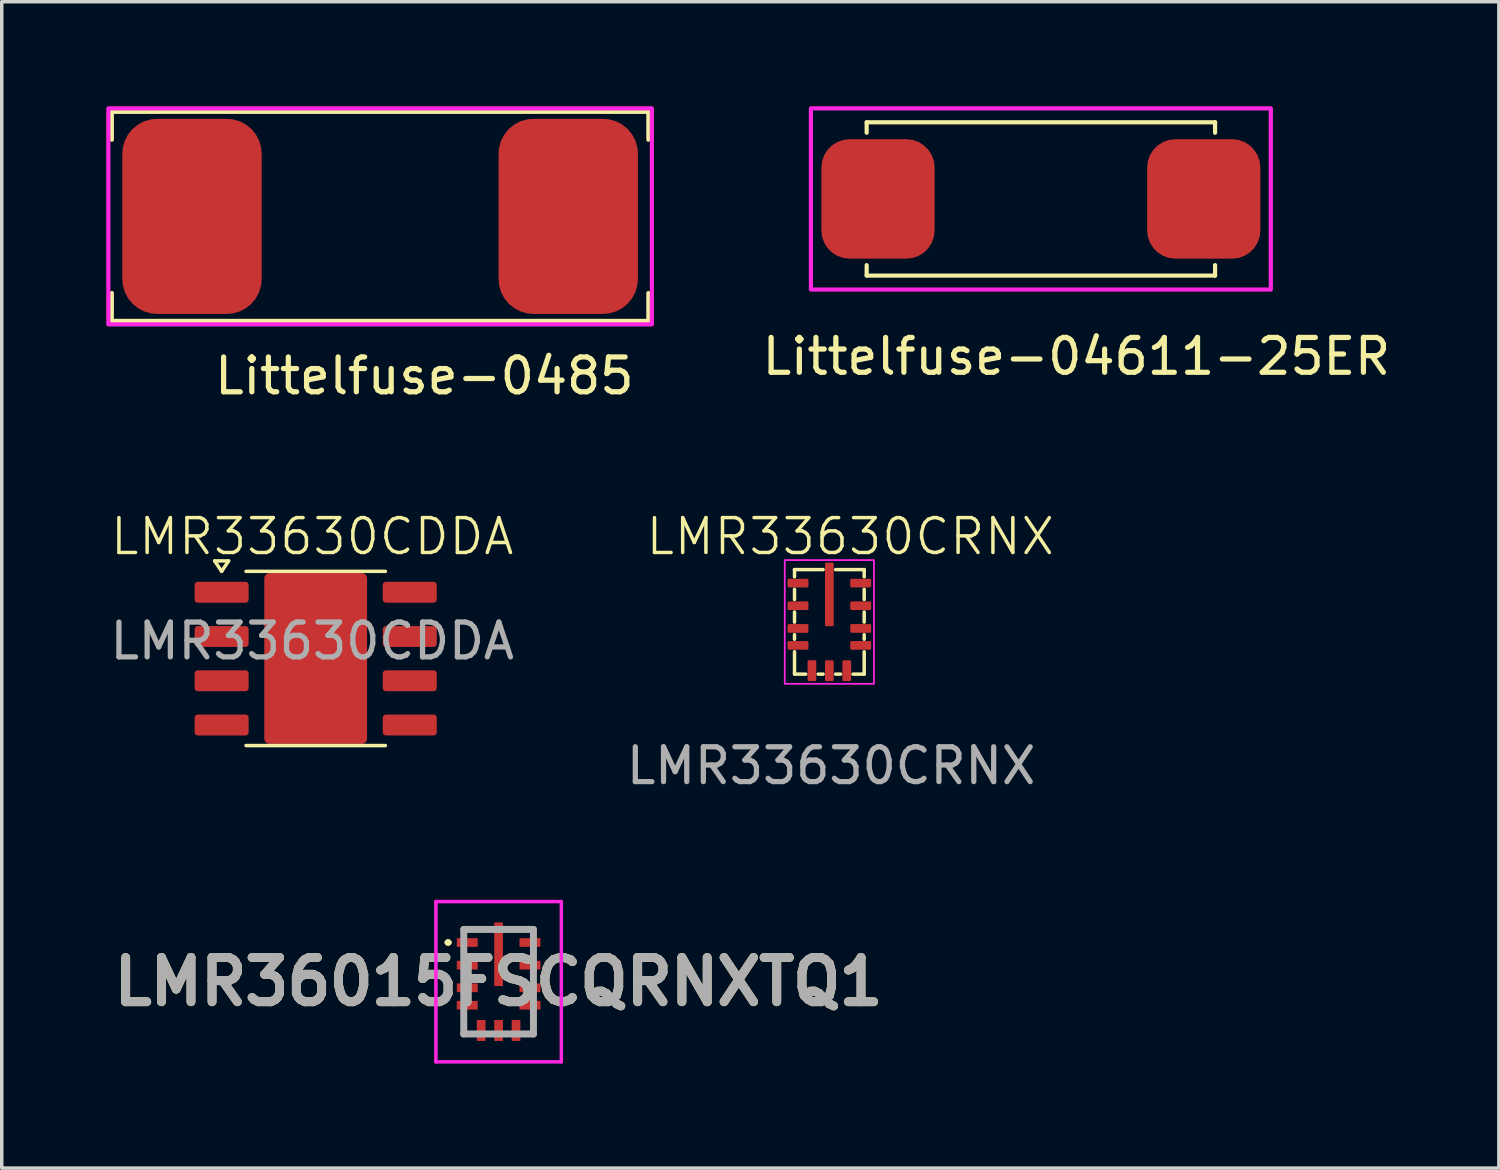
<source format=kicad_pcb>
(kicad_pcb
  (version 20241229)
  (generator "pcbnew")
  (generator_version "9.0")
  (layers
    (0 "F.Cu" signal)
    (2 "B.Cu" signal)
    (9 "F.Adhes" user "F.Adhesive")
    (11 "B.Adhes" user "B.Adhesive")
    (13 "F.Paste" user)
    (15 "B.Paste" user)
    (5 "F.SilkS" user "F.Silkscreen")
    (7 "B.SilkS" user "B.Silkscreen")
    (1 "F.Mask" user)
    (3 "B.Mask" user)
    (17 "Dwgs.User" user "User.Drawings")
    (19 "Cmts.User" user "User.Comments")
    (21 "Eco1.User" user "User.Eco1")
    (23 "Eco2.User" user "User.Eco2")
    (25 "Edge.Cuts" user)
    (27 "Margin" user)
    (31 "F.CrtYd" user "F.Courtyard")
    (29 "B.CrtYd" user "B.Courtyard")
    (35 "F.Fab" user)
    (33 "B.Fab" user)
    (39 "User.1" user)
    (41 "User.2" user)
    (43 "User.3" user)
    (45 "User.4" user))
  (footprint "LMR33630CRNX"
    (layer "F.Cu")
    (at 20.754 14.599)
    (property "Reference" "LMR33630CRNX" (at 0.6 -2.25 0) (unlocked yes) (layer "F.SilkS") (effects (font (size 1 1) (thickness 0.1))))
    (attr smd)
    (fp_line (start -1 -1.3) (end -1 -1.093) (stroke (width 0.1) (type default)) (layer "F.SilkS"))
    (fp_line (start -1 -1.3) (end -0.18 -1.3) (stroke (width 0.1) (type default)) (layer "F.SilkS"))
    (fp_line (start -1 -0.733) (end -1 -0.443) (stroke (width 0.1) (type default)) (layer "F.SilkS"))
    (fp_line (start -1 -0.083) (end -1 0.207) (stroke (width 0.1) (type default)) (layer "F.SilkS"))
    (fp_line (start -1 0.568) (end -1 0.698) (stroke (width 0.1) (type default)) (layer "F.SilkS"))
    (fp_line (start -1 1.058) (end -1 1.688) (stroke (width 0.1) (type default)) (layer "F.SilkS"))
    (fp_line (start -0.68 1.7) (end -1 1.7) (stroke (width 0.1) (type default)) (layer "F.SilkS"))
    (fp_line (start -0.18 1.7) (end -0.32 1.7) (stroke (width 0.1) (type default)) (layer "F.SilkS"))
    (fp_line (start 0.32 1.7) (end 0.18 1.7) (stroke (width 0.1) (type default)) (layer "F.SilkS"))
    (fp_line (start 1 -1.3) (end 0.18 -1.3) (stroke (width 0.1) (type default)) (layer "F.SilkS"))
    (fp_line (start 1 -1.3) (end 1 -1.093) (stroke (width 0.1) (type default)) (layer "F.SilkS"))
    (fp_line (start 1 -0.733) (end 1 -0.443) (stroke (width 0.1) (type default)) (layer "F.SilkS"))
    (fp_line (start 1 -0.083) (end 1 0.207) (stroke (width 0.1) (type default)) (layer "F.SilkS"))
    (fp_line (start 1 0.568) (end 1 0.698) (stroke (width 0.1) (type default)) (layer "F.SilkS"))
    (fp_line (start 1 1.058) (end 1 1.7) (stroke (width 0.1) (type default)) (layer "F.SilkS"))
    (fp_line (start 1 1.7) (end 0.68 1.7) (stroke (width 0.1) (type default)) (layer "F.SilkS"))
    (fp_rect (start -1.28 -1.573) (end 1.28 1.978) (stroke (width 0.05) (type solid)) (fill no) (layer "F.CrtYd"))
    (fp_text user "${REFERENCE}" (at 0.05 4.33 0) (unlocked yes) (layer "F.Fab") (effects (font (size 1 1) (thickness 0.15))))
    (pad "1" smd roundrect (at -0.9 -0.912) (size 0.6 0.25) (layers "F.Cu" "F.Mask" "F.Paste") (roundrect_rratio 0.15))
    (pad "2" smd roundrect (at -0.9 -0.263) (size 0.6 0.25) (layers "F.Cu" "F.Mask" "F.Paste") (roundrect_rratio 0.15))
    (pad "3" smd roundrect (at -0.9 0.388) (size 0.6 0.25) (layers "F.Cu" "F.Mask" "F.Paste") (roundrect_rratio 0.15))
    (pad "4" smd roundrect (at -0.9 0.875) (size 0.6 0.25) (layers "F.Cu" "F.Mask" "F.Paste") (roundrect_rratio 0.15))
    (pad "5" smd roundrect (at -0.5 1.601 90) (size 0.6 0.25) (layers "F.Cu" "F.Mask" "F.Paste") (roundrect_rratio 0.15))
    (pad "6" smd roundrect (at 0 1.601 90) (size 0.6 0.25) (layers "F.Cu" "F.Mask" "F.Paste") (roundrect_rratio 0.15))
    (pad "7" smd roundrect (at 0.5 1.601 90) (size 0.6 0.25) (layers "F.Cu" "F.Mask" "F.Paste") (roundrect_rratio 0.15))
    (pad "8" smd roundrect (at 0.9 0.875) (size 0.6 0.25) (layers "F.Cu" "F.Mask" "F.Paste") (roundrect_rratio 0.15))
    (pad "9" smd roundrect (at 0.9 0.388) (size 0.6 0.25) (layers "F.Cu" "F.Mask" "F.Paste") (roundrect_rratio 0.15))
    (pad "10" smd roundrect (at 0.9 -0.263) (size 0.6 0.25) (layers "F.Cu" "F.Mask" "F.Paste") (roundrect_rratio 0.15))
    (pad "11" smd roundrect (at 0.9 -0.912) (size 0.6 0.25) (layers "F.Cu" "F.Mask" "F.Paste") (roundrect_rratio 0.15))
    (pad "12" smd roundrect (at 0 -0.588) (size 0.25 1.825) (layers "F.Cu" "F.Mask" "F.Paste") (roundrect_rratio 0.15)))
  (footprint "LMR33630CDDA"
    (layer "F.Cu")
    (at 5.911 12.849)
    (property "Reference" "LMR33630CDDA" (at 0 -0.5 0) (unlocked yes) (layer "F.SilkS") (effects (font (size 1 1) (thickness 0.1))))
    (attr smd)
    (fp_rect (start -1.255 1.3) (end 1.455 4.7) (stroke (width 0.1) (type solid)) (fill yes) (layer "F.Mask"))
    (fp_line (start -2.8 0.2) (end -2.4 0.2) (stroke (width 0.1) (type default)) (layer "F.SilkS"))
    (fp_line (start -2.6 0.5) (end -2.8 0.2) (stroke (width 0.1) (type default)) (layer "F.SilkS"))
    (fp_line (start -2.4 0.2) (end -2.6 0.5) (stroke (width 0.1) (type default)) (layer "F.SilkS"))
    (fp_line (start -1.9 0.5) (end 2.1 0.5) (stroke (width 0.1) (type default)) (layer "F.SilkS"))
    (fp_line (start -1.9 5.5) (end 2.1 5.5) (stroke (width 0.1) (type default)) (layer "F.SilkS"))
    (fp_text user "${REFERENCE}" (at 0 2.5 0) (unlocked yes) (layer "F.Fab") (effects (font (size 1 1) (thickness 0.15))))
    (pad "" smd roundrect (at 0.1 3) (size 2.71 3.4) (layers "F.Cu" "F.Mask" "F.Paste") (roundrect_rratio 0.05))
    (pad "1" smd roundrect (at -2.6 1.1) (size 1.55 0.6) (layers "F.Cu" "F.Mask" "F.Paste") (roundrect_rratio 0.15))
    (pad "2" smd roundrect (at -2.6 2.37) (size 1.55 0.6) (layers "F.Cu" "F.Mask" "F.Paste") (roundrect_rratio 0.15))
    (pad "3" smd roundrect (at -2.6 3.64) (size 1.55 0.6) (layers "F.Cu" "F.Mask" "F.Paste") (roundrect_rratio 0.15))
    (pad "4" smd roundrect (at -2.6 4.91) (size 1.55 0.6) (layers "F.Cu" "F.Mask" "F.Paste") (roundrect_rratio 0.15))
    (pad "5" smd roundrect (at 2.8 4.91) (size 1.55 0.6) (layers "F.Cu" "F.Mask" "F.Paste") (roundrect_rratio 0.15))
    (pad "6" smd roundrect (at 2.8 3.64) (size 1.55 0.6) (layers "F.Cu" "F.Mask" "F.Paste") (roundrect_rratio 0.15))
    (pad "7" smd roundrect (at 2.8 2.37) (size 1.55 0.6) (layers "F.Cu" "F.Mask" "F.Paste") (roundrect_rratio 0.15))
    (pad "8" smd roundrect (at 2.8 1.1) (size 1.55 0.6) (layers "F.Cu" "F.Mask" "F.Paste") (roundrect_rratio 0.15))
    (pad "TP" smd roundrect (at 0.1 3) (size 2.95 4.9) (layers "F.Cu") (roundrect_rratio 0.05)))
  (footprint "Littelfuse-04611-25ER"
    (layer "F.Cu")
    (at 26.575 2.6)
    (property "Reference" "Littelfuse-04611-25ER" (at 1.27 4.58 0) (unlocked yes) (layer "F.SilkS") (effects (font (size 1 1) (thickness 0.15))))
    (attr smd)
    (fp_line (start -4.75 -2.14) (end 5.25 -2.14) (stroke (width 0.12) (type solid)) (layer "F.SilkS"))
    (fp_line (start -4.75 -1.84) (end -4.75 -2.14) (stroke (width 0.12) (type solid)) (layer "F.SilkS"))
    (fp_line (start -4.75 2.26) (end -4.75 1.96) (stroke (width 0.12) (type solid)) (layer "F.SilkS"))
    (fp_line (start 5.25 -2.14) (end 5.25 -1.84) (stroke (width 0.12) (type solid)) (layer "F.SilkS"))
    (fp_line (start 5.25 1.96) (end 5.25 2.26) (stroke (width 0.12) (type solid)) (layer "F.SilkS"))
    (fp_line (start 5.25 2.26) (end -4.75 2.26) (stroke (width 0.12) (type solid)) (layer "F.SilkS"))
    (fp_rect (start -6.35 -2.54) (end 6.85 2.66) (stroke (width 0.12) (type solid)) (fill no) (layer "F.CrtYd"))
    (pad "1" smd roundrect (at -4.425 0.06) (size 3.25 3.43) (layers "F.Cu" "F.Mask" "F.Paste") (roundrect_rratio 0.25))
    (pad "2" smd roundrect (at 4.925 0.06) (size 3.25 3.43) (layers "F.Cu" "F.Mask" "F.Paste") (roundrect_rratio 0.25)))
  (footprint "Littelfuse-0485"
    (layer "F.Cu")
    (at 7.86 3.16)
    (property "Reference" "Littelfuse-0485" (at 1.27 4.58 0) (unlocked yes) (layer "F.SilkS") (effects (font (size 1 1) (thickness 0.15))))
    (attr smd)
    (fp_line (start -7.7 -3) (end 7.7 -3) (stroke (width 0.12) (type solid)) (layer "F.SilkS"))
    (fp_line (start -7.7 -2.2) (end -7.7 -3) (stroke (width 0.12) (type solid)) (layer "F.SilkS"))
    (fp_line (start -7.7 2.2) (end -7.7 3) (stroke (width 0.12) (type solid)) (layer "F.SilkS"))
    (fp_line (start 7.7 -2.2) (end 7.7 -3) (stroke (width 0.12) (type solid)) (layer "F.SilkS"))
    (fp_line (start 7.7 2.2) (end 7.7 3) (stroke (width 0.12) (type solid)) (layer "F.SilkS"))
    (fp_line (start 7.7 3) (end -7.7 3) (stroke (width 0.12) (type solid)) (layer "F.SilkS"))
    (fp_rect (start -7.8 -3.1) (end 7.8 3.1) (stroke (width 0.12) (type solid)) (fill no) (layer "F.CrtYd"))
    (pad "1" smd roundrect (at -5.4 0) (size 4 5.6) (layers "F.Cu" "F.Mask" "F.Paste") (roundrect_rratio 0.25))
    (pad "2" smd roundrect (at 5.4 0) (size 4 5.6) (layers "F.Cu" "F.Mask" "F.Paste") (roundrect_rratio 0.25)))
  (footprint "LMR36015FSCQRNXTQ1"
    (layer "F.Cu")
    (at 11.261 25.127)
    (property "Reference" "LMR36015FSCQRNXTQ1" (at 0 0 0) (layer "F.SilkS") (effects (font (size 1.27 1.27) (thickness 0.254))))
    (attr smd)
    (fp_line (start -1.5 -1.125) (end -1.5 -1.125) (stroke (width 0.1) (type solid)) (layer "F.SilkS"))
    (fp_line (start -1.4 -1.125) (end -1.4 -1.125) (stroke (width 0.1) (type solid)) (layer "F.SilkS"))
    (fp_line (start -1 -1.5) (end -0.5 -1.5) (stroke (width 0.1) (type solid)) (layer "F.SilkS"))
    (fp_line (start -1 1) (end -1 1.5) (stroke (width 0.1) (type solid)) (layer "F.SilkS"))
    (fp_line (start 1 -1.5) (end 0.5 -1.5) (stroke (width 0.1) (type solid)) (layer "F.SilkS"))
    (fp_line (start 1 1) (end 1 1.5) (stroke (width 0.1) (type solid)) (layer "F.SilkS"))
    (fp_arc (start -1.5 -1.125) (mid -1.45 -1.175) (end -1.4 -1.125) (stroke (width 0.1) (type solid)) (layer "F.SilkS"))
    (fp_arc (start -1.4 -1.125) (mid -1.45 -1.075) (end -1.5 -1.125) (stroke (width 0.1) (type solid)) (layer "F.SilkS"))
    (fp_line (start -1.8 -2.3) (end 1.8 -2.3) (stroke (width 0.1) (type solid)) (layer "F.CrtYd"))
    (fp_line (start -1.8 2.3) (end -1.8 -2.3) (stroke (width 0.1) (type solid)) (layer "F.CrtYd"))
    (fp_line (start 1.8 -2.3) (end 1.8 2.3) (stroke (width 0.1) (type solid)) (layer "F.CrtYd"))
    (fp_line (start 1.8 2.3) (end -1.8 2.3) (stroke (width 0.1) (type solid)) (layer "F.CrtYd"))
    (fp_line (start -1 -1.5) (end 1 -1.5) (stroke (width 0.2) (type solid)) (layer "F.Fab"))
    (fp_line (start -1 1.5) (end -1 -1.5) (stroke (width 0.2) (type solid)) (layer "F.Fab"))
    (fp_line (start 1 -1.5) (end 1 1.5) (stroke (width 0.2) (type solid)) (layer "F.Fab"))
    (fp_line (start 1 1.5) (end -1 1.5) (stroke (width 0.2) (type solid)) (layer "F.Fab"))
    (fp_text user "${REFERENCE}" (at 0 0 0) (layer "F.Fab") (effects (font (size 1.27 1.27) (thickness 0.254))))
    (pad "1" smd rect (at -0.9 -1.125 90) (size 0.25 0.6) (layers "F.Cu" "F.Mask" "F.Paste"))
    (pad "2" smd rect (at -0.9 -0.475 90) (size 0.25 0.6) (layers "F.Cu" "F.Mask" "F.Paste"))
    (pad "3" smd rect (at -0.9 0.175 90) (size 0.25 0.6) (layers "F.Cu" "F.Mask" "F.Paste"))
    (pad "4" smd rect (at -0.9 0.675 90) (size 0.25 0.6) (layers "F.Cu" "F.Mask" "F.Paste"))
    (pad "5" smd rect (at -0.5 1.4) (size 0.25 0.6) (layers "F.Cu" "F.Mask" "F.Paste"))
    (pad "6" smd rect (at 0 1.4) (size 0.25 0.6) (layers "F.Cu" "F.Mask" "F.Paste"))
    (pad "7" smd rect (at 0.5 1.4) (size 0.25 0.6) (layers "F.Cu" "F.Mask" "F.Paste"))
    (pad "8" smd rect (at 0.9 0.675 90) (size 0.25 0.6) (layers "F.Cu" "F.Mask" "F.Paste"))
    (pad "9" smd rect (at 0.9 0.175 90) (size 0.25 0.6) (layers "F.Cu" "F.Mask" "F.Paste"))
    (pad "10" smd rect (at 0.9 -0.475 90) (size 0.25 0.6) (layers "F.Cu" "F.Mask" "F.Paste"))
    (pad "11" smd rect (at 0.9 -1.125 90) (size 0.25 0.6) (layers "F.Cu" "F.Mask" "F.Paste"))
    (pad "12" smd rect (at 0 -0.788) (size 0.25 1.825) (layers "F.Cu" "F.Mask" "F.Paste")))
  (gr_rect
    (start -3 -3)
    (end 39.97 30.477)
    (stroke (width 0.1) (type default))
    (fill no)
    (layer "Edge.Cuts")))
</source>
